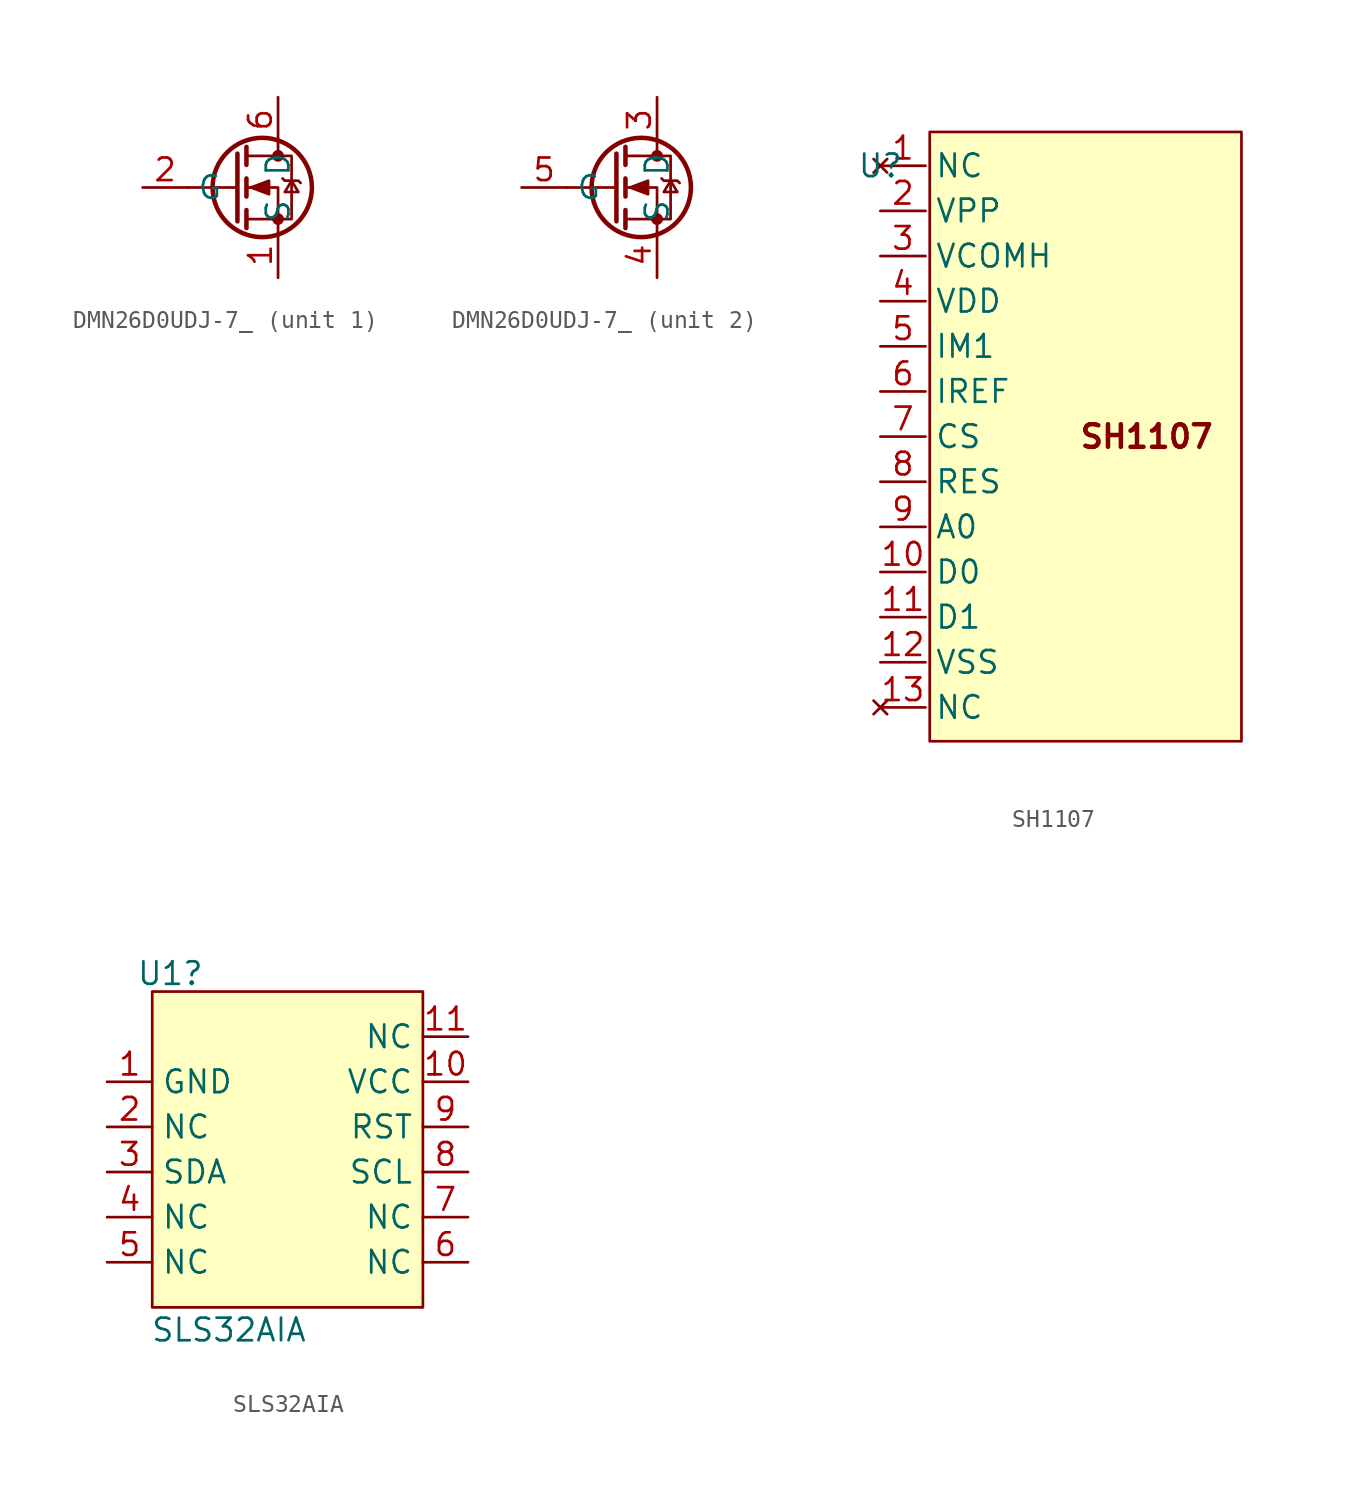
<source format=kicad_sym>
(kicad_symbol_lib
  (version 20241209)
  (generator "kicad_symbol_editor")
  (generator_version "9.0")
  (symbol "DMN26D0UDJ-7_"
    (property "Reference" "Q"
      (at 1.27 0 0)
      (effects (font (size 1.27 1.27)) (hide yes)))
    (property "ki_locked" ""
      (at 0 0 0)
      (effects (font (size 1.27 1.27))))
    (symbol "DMN26D0UDJ-7__0_1"
      (polyline (pts (xy -1.016 1.905) (xy -1.016 -1.905)) (stroke (width 0.254) (type default)) (fill (type none)))
      (polyline (pts (xy -1.016 0) (xy -3.81 0)) (stroke (width 0) (type default)) (fill (type none)))
      (polyline (pts (xy -0.508 2.286) (xy -0.508 1.27)) (stroke (width 0.254) (type default)) (fill (type none)))
      (polyline (pts (xy -0.508 0.508) (xy -0.508 -0.508)) (stroke (width 0.254) (type default)) (fill (type none)))
      (polyline (pts (xy -0.508 -1.27) (xy -0.508 -2.286)) (stroke (width 0.254) (type default)) (fill (type none)))
      (polyline (pts (xy -0.508 -1.778) (xy 2.032 -1.778) (xy 2.032 1.778) (xy -0.508 1.778)) (stroke (width 0) (type default)) (fill (type none)))
      (polyline (pts (xy -0.254 0) (xy 0.762 0.381) (xy 0.762 -0.381) (xy -0.254 0)) (stroke (width 0) (type default)) (fill (type outline)))
      (circle (center 0.381 0) (radius 2.794) (stroke (width 0.254) (type default)) (fill (type none)))
      (polyline (pts (xy 1.27 2.54) (xy 1.27 1.778)) (stroke (width 0) (type default)) (fill (type none)))
      (circle (center 1.27 1.778) (radius 0.254) (stroke (width 0) (type default)) (fill (type outline)))
      (circle (center 1.27 -1.778) (radius 0.254) (stroke (width 0) (type default)) (fill (type outline)))
      (polyline (pts (xy 1.27 -2.54) (xy 1.27 0) (xy -0.508 0)) (stroke (width 0) (type default)) (fill (type none)))
      (polyline (pts (xy 1.524 0.508) (xy 1.651 0.381) (xy 2.413 0.381) (xy 2.54 0.254)) (stroke (width 0) (type default)) (fill (type none)))
      (polyline (pts (xy 2.032 0.381) (xy 1.651 -0.254) (xy 2.413 -0.254) (xy 2.032 0.381)) (stroke (width 0) (type default)) (fill (type none))))
    (symbol "DMN26D0UDJ-7__1_1"
      (pin input line (at -6.35 0 0) (length 2.54) (name "G" (effects (font (size 1.27 1.27)))) (number "2" (effects (font (size 1.27 1.27)))))
      (pin passive line (at 1.27 5.08 270) (length 2.54) (name "D" (effects (font (size 1.27 1.27)))) (number "6" (effects (font (size 1.27 1.27)))))
      (pin passive line (at 1.27 -5.08 90) (length 2.54) (name "S" (effects (font (size 1.27 1.27)))) (number "1" (effects (font (size 1.27 1.27))))))
    (symbol "DMN26D0UDJ-7__2_1"
      (pin input line (at -6.35 0 0) (length 2.54) (name "G" (effects (font (size 1.27 1.27)))) (number "5" (effects (font (size 1.27 1.27)))))
      (pin passive line (at 1.27 5.08 270) (length 2.54) (name "D" (effects (font (size 1.27 1.27)))) (number "3" (effects (font (size 1.27 1.27)))))
      (pin passive line (at 1.27 -5.08 90) (length 2.54) (name "S" (effects (font (size 1.27 1.27)))) (number "4" (effects (font (size 1.27 1.27)))))))
  (symbol "SH1107"
    (property "Reference" "U"
      (at -11.43 15.24 0)
      (effects (font (size 1.27 1.27))))
    (property "Value" ""
      (at 0 0 0)
      (effects (font (size 1.27 1.27))))
    (symbol "SH1107_0_0"
      (pin no_connect line (at -11.43 15.24 0) (length 2.54) (name "NC" (effects (font (size 1.27 1.27)))) (number "1" (effects (font (size 1.27 1.27)))))
      (pin power_in line (at -11.43 12.7 0) (length 2.54) (name "VPP" (effects (font (size 1.27 1.27)))) (number "2" (effects (font (size 1.27 1.27)))))
      (pin power_in line (at -11.43 10.16 0) (length 2.54) (name "VCOMH" (effects (font (size 1.27 1.27)))) (number "3" (effects (font (size 1.27 1.27)))))
      (pin power_in line (at -11.43 7.62 0) (length 2.54) (name "VDD" (effects (font (size 1.27 1.27)))) (number "4" (effects (font (size 1.27 1.27)))))
      (pin input line (at -11.43 5.08 0) (length 2.54) (name "IM1" (effects (font (size 1.27 1.27)))) (number "5" (effects (font (size 1.27 1.27)))))
      (pin unspecified line (at -11.43 2.54 0) (length 2.54) (name "IREF" (effects (font (size 1.27 1.27)))) (number "6" (effects (font (size 1.27 1.27)))))
      (pin unspecified line (at -11.43 0 0) (length 2.54) (name "CS" (effects (font (size 1.27 1.27)))) (number "7" (effects (font (size 1.27 1.27)))))
      (pin unspecified line (at -11.43 -2.54 0) (length 2.54) (name "RES" (effects (font (size 1.27 1.27)))) (number "8" (effects (font (size 1.27 1.27)))))
      (pin unspecified line (at -11.43 -5.08 0) (length 2.54) (name "A0" (effects (font (size 1.27 1.27)))) (number "9" (effects (font (size 1.27 1.27)))))
      (pin unspecified line (at -11.43 -7.62 0) (length 2.54) (name "D0" (effects (font (size 1.27 1.27)))) (number "10" (effects (font (size 1.27 1.27)))))
      (pin unspecified line (at -11.43 -10.16 0) (length 2.54) (name "D1" (effects (font (size 1.27 1.27)))) (number "11" (effects (font (size 1.27 1.27)))))
      (pin power_in line (at -11.43 -12.7 0) (length 2.54) (name "VSS" (effects (font (size 1.27 1.27)))) (number "12" (effects (font (size 1.27 1.27)))))
      (pin no_connect line (at -11.43 -15.24 0) (length 2.54) (name "NC" (effects (font (size 1.27 1.27)))) (number "13" (effects (font (size 1.27 1.27))))))
    (symbol "SH1107_1_1"
      (rectangle (start -8.652 17.145) (end 8.89 -17.145) (stroke (width 0) (type solid)) (fill (type background)))
      (text "SH1107" (at 3.556 0 0) (effects (font (size 1.27 1.27) (thickness 0.254) (bold yes))))))
  (symbol "SLS32AIA"
    (property "Reference" "U1"
      (at -6.604 9.906 0)
      (effects (font (size 1.27 1.27))))
    (property "Value" "SLS32AIA"
      (at -3.302 -10.16 0)
      (effects (font (size 1.27 1.27))))
    (symbol "SLS32AIA_1_1"
      (rectangle (start -7.62 8.89) (end 7.62 -8.89) (stroke (width 0) (type default)) (fill (type background)))
      (pin free line (at -10.16 3.81 0) (length 2.54) (name "GND" (effects (font (size 1.27 1.27)))) (number "1" (effects (font (size 1.27 1.27)))))
      (pin free line (at -10.16 1.27 0) (length 2.54) (name "NC" (effects (font (size 1.27 1.27)))) (number "2" (effects (font (size 1.27 1.27)))))
      (pin free line (at -10.16 -1.27 0) (length 2.54) (name "SDA" (effects (font (size 1.27 1.27)))) (number "3" (effects (font (size 1.27 1.27)))))
      (pin free line (at -10.16 -3.81 0) (length 2.54) (name "NC" (effects (font (size 1.27 1.27)))) (number "4" (effects (font (size 1.27 1.27)))))
      (pin free line (at -10.16 -6.35 0) (length 2.54) (name "NC" (effects (font (size 1.27 1.27)))) (number "5" (effects (font (size 1.27 1.27)))))
      (pin free line (at 10.16 6.35 180) (length 2.54) (name "NC" (effects (font (size 1.27 1.27)))) (number "11" (effects (font (size 1.27 1.27)))))
      (pin free line (at 10.16 3.81 180) (length 2.54) (name "VCC" (effects (font (size 1.27 1.27)))) (number "10" (effects (font (size 1.27 1.27)))))
      (pin free line (at 10.16 1.27 180) (length 2.54) (name "RST" (effects (font (size 1.27 1.27)))) (number "9" (effects (font (size 1.27 1.27)))))
      (pin free line (at 10.16 -1.27 180) (length 2.54) (name "SCL" (effects (font (size 1.27 1.27)))) (number "8" (effects (font (size 1.27 1.27)))))
      (pin free line (at 10.16 -3.81 180) (length 2.54) (name "NC" (effects (font (size 1.27 1.27)))) (number "7" (effects (font (size 1.27 1.27)))))
      (pin free line (at 10.16 -6.35 180) (length 2.54) (name "NC" (effects (font (size 1.27 1.27)))) (number "6" (effects (font (size 1.27 1.27))))))))
</source>
